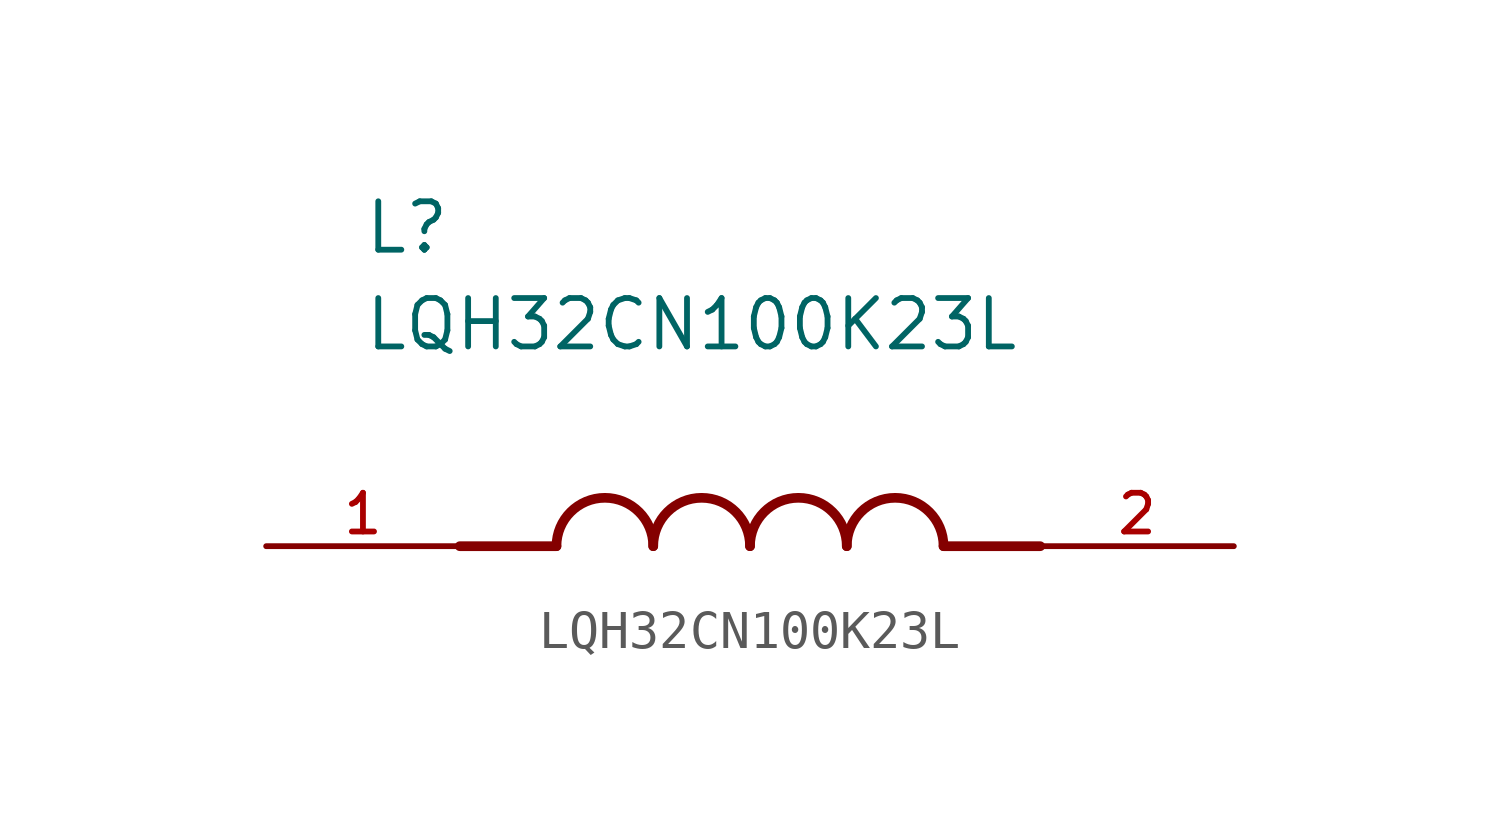
<source format=kicad_sym>
(kicad_symbol_lib
  (version 20211014)
  (generator kicad_symbol_editor)
  (symbol "LQH32CN100K23L"
    (pin_names
      (offset 1.016))
    (property "Reference" "L"
      (at -10.16 7.62 0)
      (effects (font (size 1.27 1.27)) (justify bottom left)))
    (property "Value" "LQH32CN100K23L"
      (at -10.16 5.08 0)
      (effects (font (size 1.27 1.27)) (justify bottom left)))
    (symbol "LQH32CN100K23L_0_0"
      (polyline (pts (xy -5.08 0.0) (xy -7.62 0.0)) (stroke (width 0.254)))
      (polyline (pts (xy 5.08 0.0) (xy 7.62 0.0)) (stroke (width 0.254)))
      (arc (start -2.54 0.0) (mid -3.81 1.27) (end -5.08 0.0) (stroke (width 0.254) (type default) (color 0 0 0 0)) (fill (type none)))
      (arc (start 0.0 0.0) (mid -1.27 1.27) (end -2.54 0.0) (stroke (width 0.254) (type default) (color 0 0 0 0)) (fill (type none)))
      (arc (start 2.54 0.0) (mid 1.27 1.27) (end 0.0 0.0) (stroke (width 0.254) (type default) (color 0 0 0 0)) (fill (type none)))
      (arc (start 5.08 0.0) (mid 3.81 1.27) (end 2.54 0.0) (stroke (width 0.254) (type default) (color 0 0 0 0)) (fill (type none)))
      (pin passive line (at -12.7 0.0 0) (length 5.08) (name "~" (effects (font (size 1.016 1.016)))) (number "1" (effects (font (size 1.016 1.016)))))
      (pin passive line (at 12.7 0.0 180.0) (length 5.08) (name "~" (effects (font (size 1.016 1.016)))) (number "2" (effects (font (size 1.016 1.016))))))))
</source>
